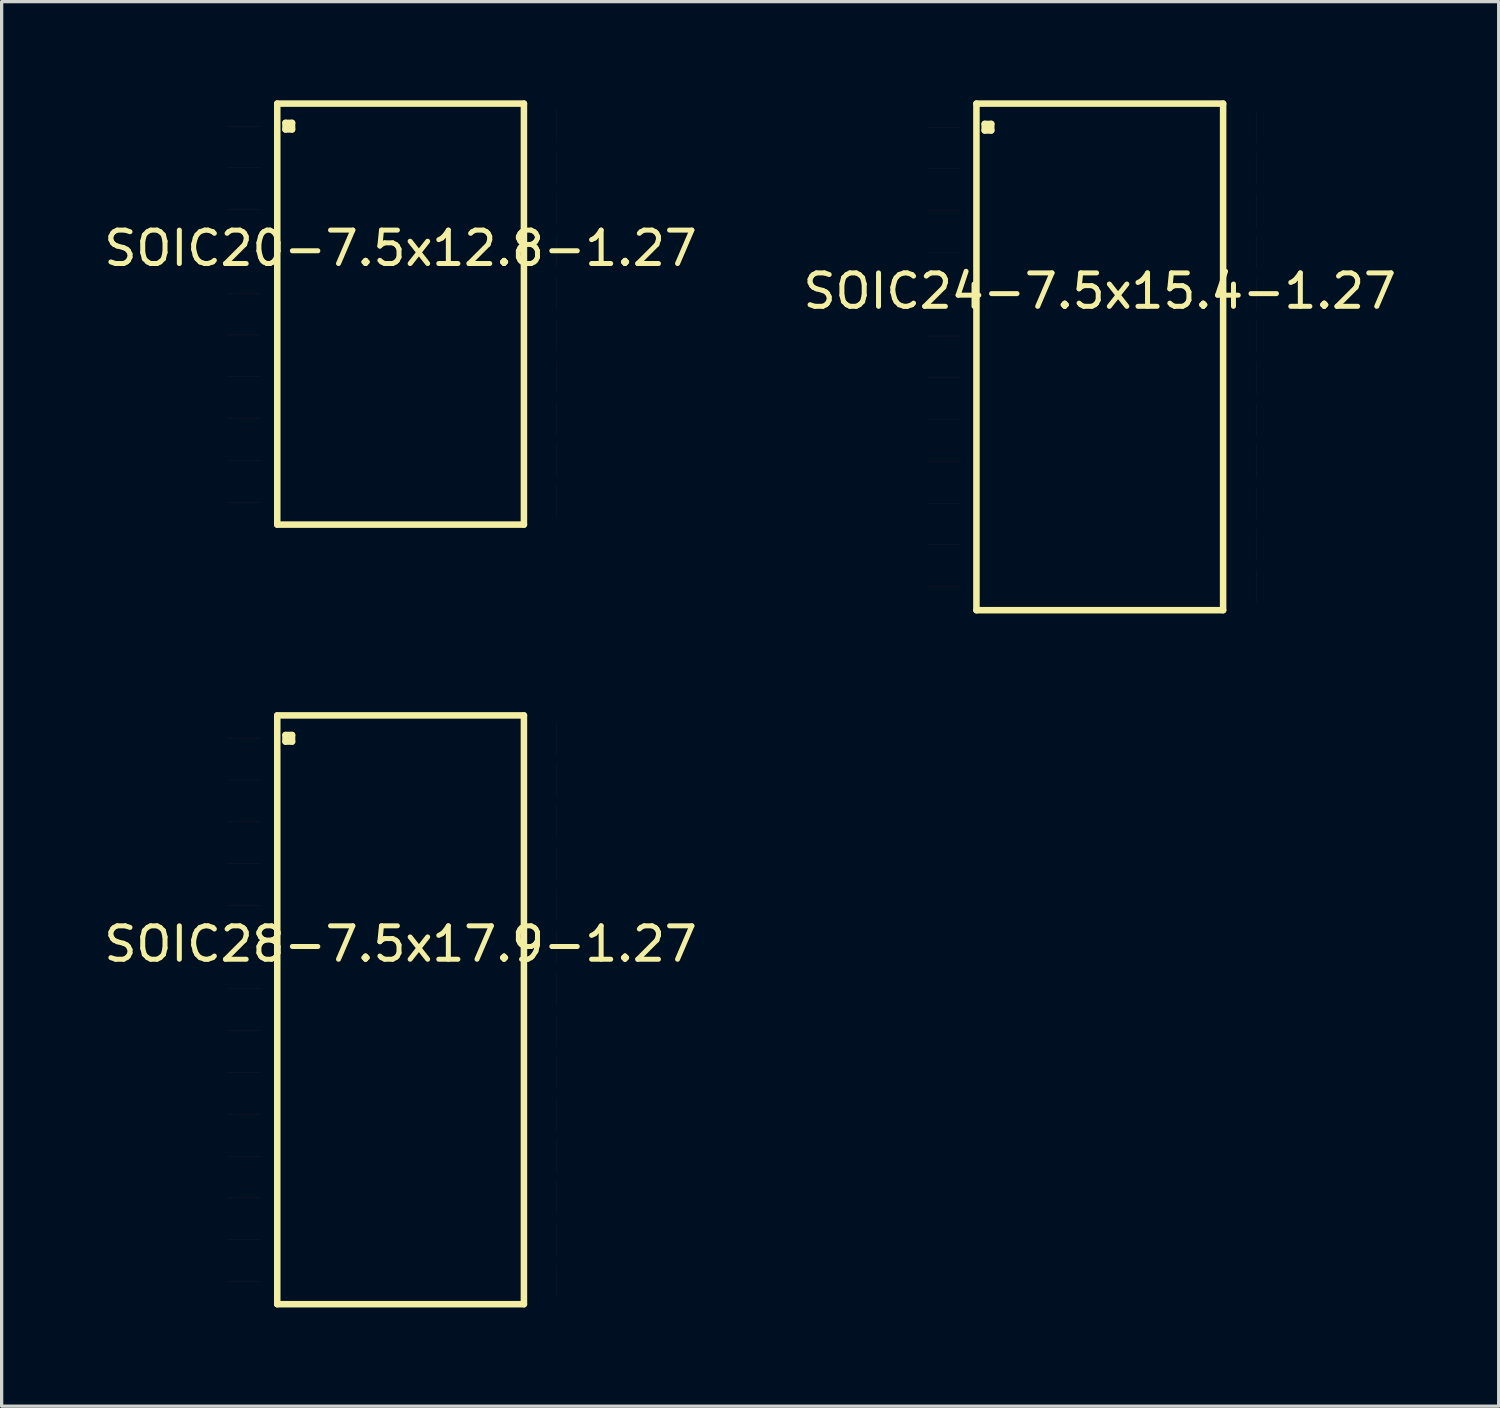
<source format=kicad_pcb>
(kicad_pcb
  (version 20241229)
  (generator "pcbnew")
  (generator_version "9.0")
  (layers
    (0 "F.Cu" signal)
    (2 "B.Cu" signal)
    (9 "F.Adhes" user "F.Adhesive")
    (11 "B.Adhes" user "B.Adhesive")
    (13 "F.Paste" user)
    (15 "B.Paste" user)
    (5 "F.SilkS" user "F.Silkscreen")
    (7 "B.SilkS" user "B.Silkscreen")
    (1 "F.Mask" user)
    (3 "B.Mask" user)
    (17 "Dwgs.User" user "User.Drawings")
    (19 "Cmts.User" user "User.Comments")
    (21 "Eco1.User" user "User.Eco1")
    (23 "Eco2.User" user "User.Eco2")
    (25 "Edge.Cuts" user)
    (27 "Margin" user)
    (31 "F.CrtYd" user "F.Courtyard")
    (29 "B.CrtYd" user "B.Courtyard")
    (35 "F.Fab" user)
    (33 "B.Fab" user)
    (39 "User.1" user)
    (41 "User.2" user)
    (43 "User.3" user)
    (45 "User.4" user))
  (footprint "SOIC24-7.5x15.4-1.27"
    (layer "F.Cu")
    (at 30.378 7.798)
    (property "Reference" "SOIC24-7.5x15.4-1.27" (at 0 -1.999 0) (layer "F.SilkS") (effects (font (size 1.016 1.016) (thickness 0.152))))
    (attr through_hole)
    (fp_line (start -3.749 -7.699) (end 3.749 -7.699) (stroke (width 0.198) (type solid)) (layer "F.SilkS"))
    (fp_line (start -3.749 7.699) (end -3.749 -7.699) (stroke (width 0.198) (type solid)) (layer "F.SilkS"))
    (fp_line (start -3.498 -7.082) (end -3.299 -7.082) (stroke (width 0.198) (type solid)) (layer "F.SilkS"))
    (fp_line (start -3.498 -6.883) (end -3.498 -7.082) (stroke (width 0.198) (type solid)) (layer "F.SilkS"))
    (fp_line (start -3.299 -7.082) (end -3.299 -6.883) (stroke (width 0.198) (type solid)) (layer "F.SilkS"))
    (fp_line (start -3.299 -6.883) (end -3.498 -6.883) (stroke (width 0.198) (type solid)) (layer "F.SilkS"))
    (fp_line (start 3.749 -7.699) (end 3.749 7.699) (stroke (width 0.198) (type solid)) (layer "F.SilkS"))
    (fp_line (start 3.749 7.699) (end -3.749 7.699) (stroke (width 0.198) (type solid)) (layer "F.SilkS"))
    (pad "1" smd rect (at -4.75 -6.982) (size 0.998 0.002) (layers "*.Mask" "F.Cu"))
    (pad "2" smd rect (at -4.75 -5.715) (size 0.998 0.002) (layers "*.Mask" "F.Cu"))
    (pad "3" smd rect (at -4.75 -4.445) (size 0.998 0.002) (layers "*.Mask" "F.Cu"))
    (pad "4" smd rect (at -4.75 -3.175) (size 0.998 0.002) (layers "*.Mask" "F.Cu"))
    (pad "5" smd rect (at -4.75 -1.905) (size 0.998 0.002) (layers "*.Mask" "F.Cu"))
    (pad "6" smd rect (at -4.75 -0.635) (size 0.998 0.002) (layers "*.Mask" "F.Cu"))
    (pad "7" smd rect (at -4.75 0.635) (size 0.998 0.002) (layers "*.Mask" "F.Cu"))
    (pad "8" smd rect (at -4.75 1.905) (size 0.998 0.002) (layers "*.Mask" "F.Cu"))
    (pad "9" smd rect (at -4.75 3.175) (size 0.998 0.002) (layers "*.Mask" "F.Cu"))
    (pad "10" smd rect (at -4.75 4.445) (size 0.998 0.002) (layers "*.Mask" "F.Cu"))
    (pad "11" smd rect (at -4.75 5.715) (size 0.998 0.002) (layers "*.Mask" "F.Cu"))
    (pad "12" smd rect (at -4.75 6.985) (size 0.998 0.002) (layers "*.Mask" "F.Cu"))
    (pad "13" smd rect (at 4.75 6.982 90) (size 0.998 0.002) (layers "*.Mask" "F.Cu"))
    (pad "14" smd rect (at 4.75 5.715 90) (size 0.998 0.002) (layers "*.Mask" "F.Cu"))
    (pad "15" smd rect (at 4.75 4.445 90) (size 0.998 0.002) (layers "*.Mask" "F.Cu"))
    (pad "16" smd rect (at 4.75 3.175 90) (size 0.998 0.002) (layers "*.Mask" "F.Cu"))
    (pad "17" smd rect (at 4.75 1.905 90) (size 0.998 0.002) (layers "*.Mask" "F.Cu"))
    (pad "18" smd rect (at 4.75 0.635 90) (size 0.998 0.002) (layers "*.Mask" "F.Cu"))
    (pad "19" smd rect (at 4.75 -0.635 90) (size 0.998 0.002) (layers "*.Mask" "F.Cu"))
    (pad "20" smd rect (at 4.75 -1.905 90) (size 0.998 0.002) (layers "*.Mask" "F.Cu"))
    (pad "21" smd rect (at 4.75 -3.175 90) (size 0.998 0.002) (layers "*.Mask" "F.Cu"))
    (pad "22" smd rect (at 4.75 -4.445 90) (size 0.998 0.002) (layers "*.Mask" "F.Cu"))
    (pad "23" smd rect (at 4.75 -5.715 90) (size 0.998 0.002) (layers "*.Mask" "F.Cu"))
    (pad "24" smd rect (at 4.75 -6.985 90) (size 0.998 0.002) (layers "*.Mask" "F.Cu")))
  (footprint "SOIC28-7.5x17.9-1.27"
    (layer "F.Cu")
    (at 9.126 27.643)
    (property "Reference" "SOIC28-7.5x17.9-1.27" (at 0 -1.999 0) (layer "F.SilkS") (effects (font (size 1.016 1.016) (thickness 0.152))))
    (attr through_hole)
    (fp_line (start -3.749 -8.948) (end 3.749 -8.948) (stroke (width 0.198) (type solid)) (layer "F.SilkS"))
    (fp_line (start -3.749 8.948) (end -3.749 -8.948) (stroke (width 0.198) (type solid)) (layer "F.SilkS"))
    (fp_line (start -3.498 -8.352) (end -3.299 -8.352) (stroke (width 0.198) (type solid)) (layer "F.SilkS"))
    (fp_line (start -3.498 -8.153) (end -3.498 -8.352) (stroke (width 0.198) (type solid)) (layer "F.SilkS"))
    (fp_line (start -3.299 -8.352) (end -3.299 -8.153) (stroke (width 0.198) (type solid)) (layer "F.SilkS"))
    (fp_line (start -3.299 -8.153) (end -3.498 -8.153) (stroke (width 0.198) (type solid)) (layer "F.SilkS"))
    (fp_line (start 3.749 -8.948) (end 3.749 8.948) (stroke (width 0.198) (type solid)) (layer "F.SilkS"))
    (fp_line (start 3.749 8.948) (end -3.749 8.948) (stroke (width 0.198) (type solid)) (layer "F.SilkS"))
    (pad "1" smd rect (at -4.75 -8.252) (size 0.998 0.002) (layers "*.Mask" "F.Cu"))
    (pad "2" smd rect (at -4.75 -6.985) (size 0.998 0.002) (layers "*.Mask" "F.Cu"))
    (pad "3" smd rect (at -4.75 -5.715) (size 0.998 0.002) (layers "*.Mask" "F.Cu"))
    (pad "4" smd rect (at -4.75 -4.445) (size 0.998 0.002) (layers "*.Mask" "F.Cu"))
    (pad "5" smd rect (at -4.75 -3.175) (size 0.998 0.002) (layers "*.Mask" "F.Cu"))
    (pad "6" smd rect (at -4.75 -1.905) (size 0.998 0.002) (layers "*.Mask" "F.Cu"))
    (pad "7" smd rect (at -4.75 -0.635) (size 0.998 0.002) (layers "*.Mask" "F.Cu"))
    (pad "8" smd rect (at -4.75 0.635) (size 0.998 0.002) (layers "*.Mask" "F.Cu"))
    (pad "9" smd rect (at -4.75 1.905) (size 0.998 0.002) (layers "*.Mask" "F.Cu"))
    (pad "10" smd rect (at -4.75 3.175) (size 0.998 0.002) (layers "*.Mask" "F.Cu"))
    (pad "11" smd rect (at -4.75 4.445) (size 0.998 0.002) (layers "*.Mask" "F.Cu"))
    (pad "12" smd rect (at -4.75 5.715) (size 0.998 0.002) (layers "*.Mask" "F.Cu"))
    (pad "13" smd rect (at -4.75 6.985) (size 0.998 0.002) (layers "*.Mask" "F.Cu"))
    (pad "14" smd rect (at -4.75 8.255) (size 0.998 0.002) (layers "*.Mask" "F.Cu"))
    (pad "15" smd rect (at 4.75 8.252 90) (size 0.998 0.002) (layers "*.Mask" "F.Cu"))
    (pad "16" smd rect (at 4.75 6.985 90) (size 0.998 0.002) (layers "*.Mask" "F.Cu"))
    (pad "17" smd rect (at 4.75 5.715 90) (size 0.998 0.002) (layers "*.Mask" "F.Cu"))
    (pad "18" smd rect (at 4.75 4.445 90) (size 0.998 0.002) (layers "*.Mask" "F.Cu"))
    (pad "19" smd rect (at 4.75 3.175 90) (size 0.998 0.002) (layers "*.Mask" "F.Cu"))
    (pad "20" smd rect (at 4.75 1.905 90) (size 0.998 0.002) (layers "*.Mask" "F.Cu"))
    (pad "21" smd rect (at 4.75 0.635 90) (size 0.998 0.002) (layers "*.Mask" "F.Cu"))
    (pad "22" smd rect (at 4.75 -0.635 90) (size 0.998 0.002) (layers "*.Mask" "F.Cu"))
    (pad "23" smd rect (at 4.75 -1.905 90) (size 0.998 0.002) (layers "*.Mask" "F.Cu"))
    (pad "24" smd rect (at 4.75 -3.175 90) (size 0.998 0.002) (layers "*.Mask" "F.Cu"))
    (pad "25" smd rect (at 4.75 -4.445 90) (size 0.998 0.002) (layers "*.Mask" "F.Cu"))
    (pad "26" smd rect (at 4.75 -5.715 90) (size 0.998 0.002) (layers "*.Mask" "F.Cu"))
    (pad "27" smd rect (at 4.75 -6.985 90) (size 0.998 0.002) (layers "*.Mask" "F.Cu"))
    (pad "28" smd rect (at 4.75 -8.255 90) (size 0.998 0.002) (layers "*.Mask" "F.Cu")))
  (footprint "SOIC20-7.5x12.8-1.27"
    (layer "F.Cu")
    (at 9.126 6.497)
    (property "Reference" "SOIC20-7.5x12.8-1.27" (at 0 -1.999 0) (layer "F.SilkS") (effects (font (size 1.016 1.016) (thickness 0.152))))
    (attr through_hole)
    (fp_line (start -3.749 -6.398) (end 3.749 -6.398) (stroke (width 0.198) (type solid)) (layer "F.SilkS"))
    (fp_line (start -3.749 6.398) (end -3.749 -6.398) (stroke (width 0.198) (type solid)) (layer "F.SilkS"))
    (fp_line (start -3.498 -5.812) (end -3.299 -5.812) (stroke (width 0.198) (type solid)) (layer "F.SilkS"))
    (fp_line (start -3.498 -5.613) (end -3.498 -5.812) (stroke (width 0.198) (type solid)) (layer "F.SilkS"))
    (fp_line (start -3.299 -5.812) (end -3.299 -5.613) (stroke (width 0.198) (type solid)) (layer "F.SilkS"))
    (fp_line (start -3.299 -5.613) (end -3.498 -5.613) (stroke (width 0.198) (type solid)) (layer "F.SilkS"))
    (fp_line (start 3.749 -6.398) (end 3.749 6.398) (stroke (width 0.198) (type solid)) (layer "F.SilkS"))
    (fp_line (start 3.749 6.398) (end -3.749 6.398) (stroke (width 0.198) (type solid)) (layer "F.SilkS"))
    (pad "1" smd rect (at -4.75 -5.712) (size 0.998 0.002) (layers "*.Mask" "F.Cu"))
    (pad "2" smd rect (at -4.75 -4.445) (size 0.998 0.002) (layers "*.Mask" "F.Cu"))
    (pad "3" smd rect (at -4.75 -3.175) (size 0.998 0.002) (layers "*.Mask" "F.Cu"))
    (pad "4" smd rect (at -4.75 -1.905) (size 0.998 0.002) (layers "*.Mask" "F.Cu"))
    (pad "5" smd rect (at -4.75 -0.635) (size 0.998 0.002) (layers "*.Mask" "F.Cu"))
    (pad "6" smd rect (at -4.75 0.635) (size 0.998 0.002) (layers "*.Mask" "F.Cu"))
    (pad "7" smd rect (at -4.75 1.905) (size 0.998 0.002) (layers "*.Mask" "F.Cu"))
    (pad "8" smd rect (at -4.75 3.175) (size 0.998 0.002) (layers "*.Mask" "F.Cu"))
    (pad "9" smd rect (at -4.75 4.445) (size 0.998 0.002) (layers "*.Mask" "F.Cu"))
    (pad "10" smd rect (at -4.75 5.715) (size 0.998 0.002) (layers "*.Mask" "F.Cu"))
    (pad "11" smd rect (at 4.75 5.712 90) (size 0.998 0.002) (layers "*.Mask" "F.Cu"))
    (pad "12" smd rect (at 4.75 4.445 90) (size 0.998 0.002) (layers "*.Mask" "F.Cu"))
    (pad "13" smd rect (at 4.75 3.175 90) (size 0.998 0.002) (layers "*.Mask" "F.Cu"))
    (pad "14" smd rect (at 4.75 1.905 90) (size 0.998 0.002) (layers "*.Mask" "F.Cu"))
    (pad "15" smd rect (at 4.75 0.635 90) (size 0.998 0.002) (layers "*.Mask" "F.Cu"))
    (pad "16" smd rect (at 4.75 -0.635 90) (size 0.998 0.002) (layers "*.Mask" "F.Cu"))
    (pad "17" smd rect (at 4.75 -1.905 90) (size 0.998 0.002) (layers "*.Mask" "F.Cu"))
    (pad "18" smd rect (at 4.75 -3.175 90) (size 0.998 0.002) (layers "*.Mask" "F.Cu"))
    (pad "19" smd rect (at 4.75 -4.445 90) (size 0.998 0.002) (layers "*.Mask" "F.Cu"))
    (pad "20" smd rect (at 4.75 -5.715 90) (size 0.998 0.002) (layers "*.Mask" "F.Cu")))
  (gr_rect
    (start -3 -3)
    (end 42.503 39.691)
    (stroke (width 0.1) (type default))
    (fill no)
    (layer "Edge.Cuts")))
</source>
